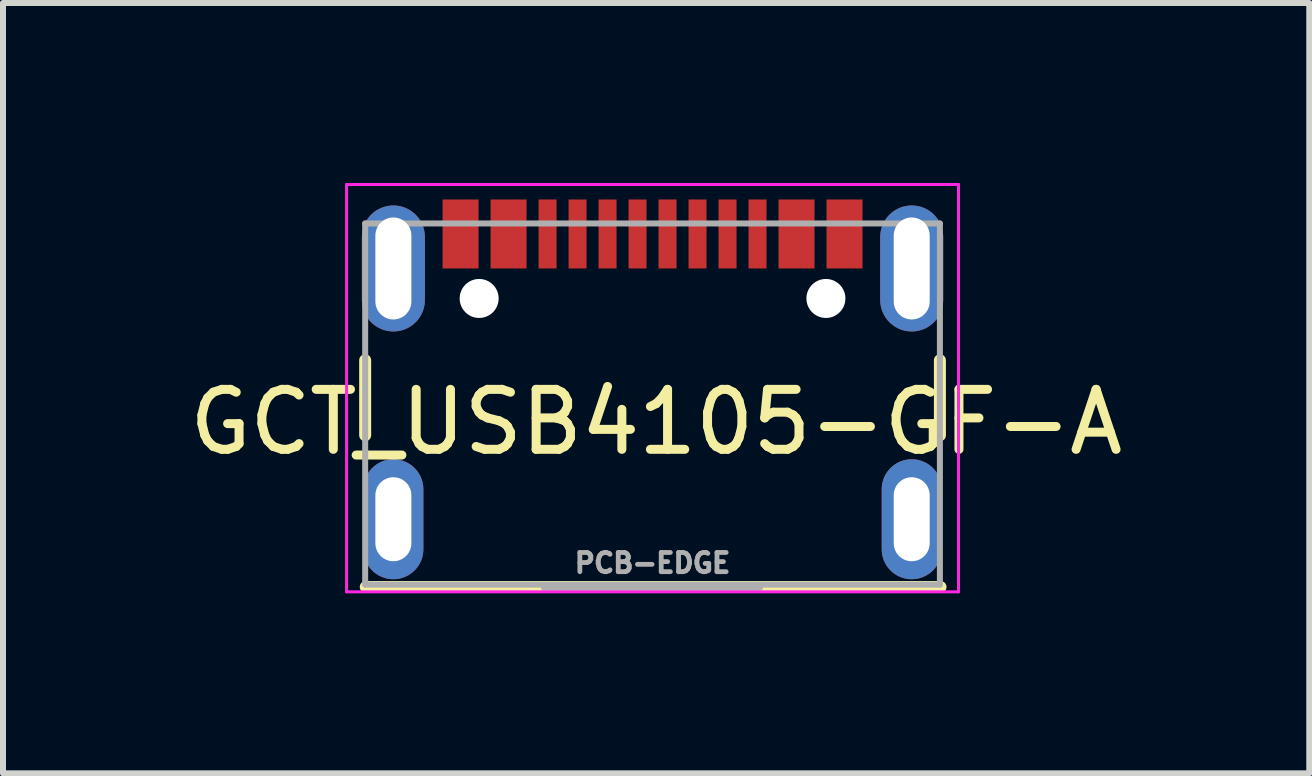
<source format=kicad_pcb>
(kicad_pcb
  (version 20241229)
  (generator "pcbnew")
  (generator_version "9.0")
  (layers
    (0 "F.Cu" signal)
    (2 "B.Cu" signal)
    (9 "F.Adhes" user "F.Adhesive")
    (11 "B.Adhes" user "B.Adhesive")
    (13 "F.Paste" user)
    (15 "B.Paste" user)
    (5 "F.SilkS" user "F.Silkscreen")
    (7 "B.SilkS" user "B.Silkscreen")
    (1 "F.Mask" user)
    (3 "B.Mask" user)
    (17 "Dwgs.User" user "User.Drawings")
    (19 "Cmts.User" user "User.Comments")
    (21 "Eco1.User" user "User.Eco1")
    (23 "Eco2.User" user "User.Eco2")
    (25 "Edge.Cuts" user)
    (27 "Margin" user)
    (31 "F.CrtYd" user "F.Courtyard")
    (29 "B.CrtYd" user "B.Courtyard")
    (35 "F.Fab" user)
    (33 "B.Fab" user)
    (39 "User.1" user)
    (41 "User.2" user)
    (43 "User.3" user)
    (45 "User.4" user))
  (footprint "GCT_USB4105-GF-A"
    (layer "F.Cu")
    (at 7.827 5.605)
    (property "Reference" "GCT_USB4105-GF-A" (at 0.06 -1.62 0) (layer "F.SilkS") (effects (font (size 1 1) (thickness 0.15))))
    (attr through_hole)
    (fp_line (start -4.79 -2.65) (end -4.79 -1.4) (stroke (width 0.2) (type solid)) (layer "F.SilkS"))
    (fp_line (start -4.78 1.13) (end 4.8 1.13) (stroke (width 0.2) (type solid)) (layer "F.SilkS"))
    (fp_line (start 4.79 -2.65) (end 4.79 -1.4) (stroke (width 0.2) (type solid)) (layer "F.SilkS"))
    (fp_line (start -5.1 -5.58) (end -5.1 1.21) (stroke (width 0.05) (type solid)) (layer "F.CrtYd"))
    (fp_line (start -5.1 1.21) (end 5.1 1.21) (stroke (width 0.05) (type solid)) (layer "F.CrtYd"))
    (fp_line (start 5.1 -5.58) (end -5.1 -5.58) (stroke (width 0.05) (type solid)) (layer "F.CrtYd"))
    (fp_line (start 5.1 1.21) (end 5.1 -5.58) (stroke (width 0.05) (type solid)) (layer "F.CrtYd"))
    (fp_line (start -4.79 -4.93) (end 4.79 -4.93) (stroke (width 0.1) (type solid)) (layer "F.Fab"))
    (fp_line (start -4.79 1.09) (end -4.79 -4.93) (stroke (width 0.1) (type solid)) (layer "F.Fab"))
    (fp_line (start -1.81 1.14) (end 1.79 1.14) (stroke (width 0.1) (type solid)) (layer "F.Fab"))
    (fp_line (start 4.79 -4.93) (end 4.79 1.09) (stroke (width 0.1) (type solid)) (layer "F.Fab"))
    (fp_line (start 4.79 1.09) (end -4.79 1.09) (stroke (width 0.1) (type solid)) (layer "F.Fab"))
    (fp_text user "PCB-EDGE" (at 0 0.73 0) (layer "F.Fab") (effects (font (size 0.32 0.32) (thickness 0.15))))
    (pad "" np_thru_hole circle (at -2.89 -3.68) (size 0.65 0.65) (drill 0.65) (layers "*.Cu" "*.Mask"))
    (pad "" np_thru_hole circle (at 2.89 -3.68) (size 0.65 0.65) (drill 0.65) (layers "*.Cu" "*.Mask"))
    (pad "A1_B12" smd rect (at -3.2 -4.755) (size 0.6 1.15) (layers "F.Cu" "F.Mask" "F.Paste"))
    (pad "A4_B9" smd rect (at -2.4 -4.755) (size 0.6 1.15) (layers "F.Cu" "F.Mask" "F.Paste"))
    (pad "A5" smd rect (at -1.25 -4.755) (size 0.3 1.15) (layers "F.Cu" "F.Mask" "F.Paste"))
    (pad "A6" smd rect (at -0.25 -4.755) (size 0.3 1.15) (layers "F.Cu" "F.Mask" "F.Paste"))
    (pad "A7" smd rect (at 0.25 -4.755) (size 0.3 1.15) (layers "F.Cu" "F.Mask" "F.Paste"))
    (pad "A8" smd rect (at 1.25 -4.755) (size 0.3 1.15) (layers "F.Cu" "F.Mask" "F.Paste"))
    (pad "B1_A12" smd rect (at 3.2 -4.755) (size 0.6 1.15) (layers "F.Cu" "F.Mask" "F.Paste"))
    (pad "B4_A9" smd rect (at 2.4 -4.755) (size 0.6 1.15) (layers "F.Cu" "F.Mask" "F.Paste"))
    (pad "B5" smd rect (at 1.75 -4.755) (size 0.3 1.15) (layers "F.Cu" "F.Mask" "F.Paste"))
    (pad "B6" smd rect (at 0.75 -4.755) (size 0.3 1.15) (layers "F.Cu" "F.Mask" "F.Paste"))
    (pad "B7" smd rect (at -0.75 -4.755) (size 0.3 1.15) (layers "F.Cu" "F.Mask" "F.Paste"))
    (pad "B8" smd rect (at -1.75 -4.755) (size 0.3 1.15) (layers "F.Cu" "F.Mask" "F.Paste"))
    (pad "S1" thru_hole oval (at -4.32 -4.18) (size 1.05 2.1) (drill oval 0.6 1.7) (layers "*.Cu" "*.Mask"))
    (pad "S2" thru_hole oval (at -4.32 0) (size 1 2) (drill oval 0.6 1.4) (layers "*.Cu" "*.Mask"))
    (pad "S3" thru_hole oval (at 4.32 0) (size 1 2) (drill oval 0.6 1.4) (layers "*.Cu" "*.Mask"))
    (pad "S4" thru_hole oval (at 4.32 -4.18) (size 1.05 2.1) (drill oval 0.6 1.7) (layers "*.Cu" "*.Mask")))
  (gr_rect
    (start -3 -3)
    (end 18.774 9.84)
    (stroke (width 0.1) (type default))
    (fill no)
    (layer "Edge.Cuts")))
</source>
